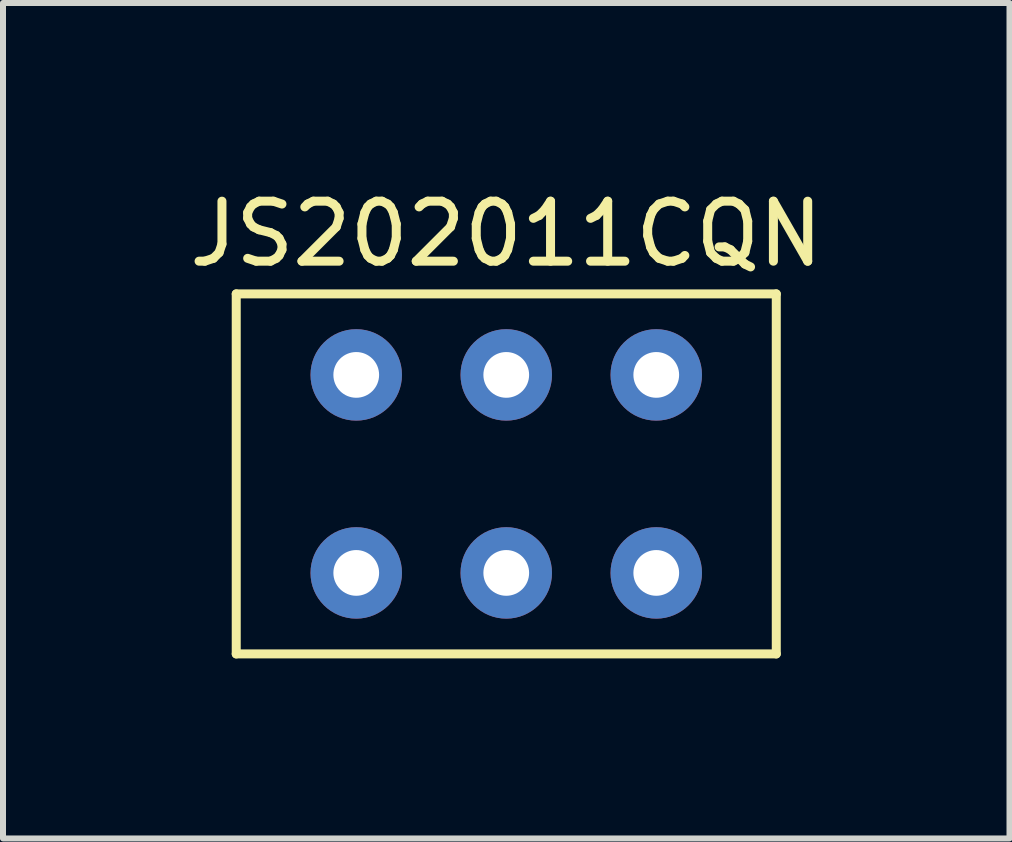
<source format=kicad_pcb>
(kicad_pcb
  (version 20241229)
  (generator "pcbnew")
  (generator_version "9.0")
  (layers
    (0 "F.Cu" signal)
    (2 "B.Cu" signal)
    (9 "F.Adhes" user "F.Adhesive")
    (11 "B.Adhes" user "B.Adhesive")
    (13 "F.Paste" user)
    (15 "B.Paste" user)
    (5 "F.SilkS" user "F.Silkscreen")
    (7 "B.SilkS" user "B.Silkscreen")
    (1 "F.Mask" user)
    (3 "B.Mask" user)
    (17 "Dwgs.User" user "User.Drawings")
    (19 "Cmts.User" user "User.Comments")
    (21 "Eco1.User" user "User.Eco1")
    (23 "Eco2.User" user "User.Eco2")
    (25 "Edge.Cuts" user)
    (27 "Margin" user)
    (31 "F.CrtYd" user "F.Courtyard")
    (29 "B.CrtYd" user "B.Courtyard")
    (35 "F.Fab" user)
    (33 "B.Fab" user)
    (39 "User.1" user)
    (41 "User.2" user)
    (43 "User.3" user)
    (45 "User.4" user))
  (footprint "JS202011CQN"
    (layer "F.Cu")
    (at 5.387 4.848)
    (property "Reference" "JS202011CQN" (at 0 -4 0) (layer "F.SilkS") (effects (font (size 1 1) (thickness 0.15))))
    (attr through_hole)
    (fp_line (start -4.5 -3) (end 4.5 -3) (stroke (width 0.15) (type solid)) (layer "F.SilkS"))
    (fp_line (start -4.5 3) (end -4.5 -3) (stroke (width 0.15) (type solid)) (layer "F.SilkS"))
    (fp_line (start 4.5 -3) (end 4.5 3) (stroke (width 0.15) (type solid)) (layer "F.SilkS"))
    (fp_line (start 4.5 3) (end -4.5 3) (stroke (width 0.15) (type solid)) (layer "F.SilkS"))
    (pad "1" thru_hole circle (at -2.5 1.65) (size 1.524 1.524) (drill 0.762) (layers "*.Cu" "*.Mask"))
    (pad "2" thru_hole circle (at 0 1.65) (size 1.524 1.524) (drill 0.762) (layers "*.Cu" "*.Mask"))
    (pad "3" thru_hole circle (at 2.5 1.65) (size 1.524 1.524) (drill 0.762) (layers "*.Cu" "*.Mask"))
    (pad "4" thru_hole circle (at -2.5 -1.65) (size 1.524 1.524) (drill 0.762) (layers "*.Cu" "*.Mask"))
    (pad "5" thru_hole circle (at 0 -1.65) (size 1.524 1.524) (drill 0.762) (layers "*.Cu" "*.Mask"))
    (pad "6" thru_hole circle (at 2.5 -1.65) (size 1.524 1.524) (drill 0.762) (layers "*.Cu" "*.Mask")))
  (gr_rect
    (start -3 -3)
    (end 13.774 10.923)
    (stroke (width 0.1) (type default))
    (fill no)
    (layer "Edge.Cuts")))
</source>
